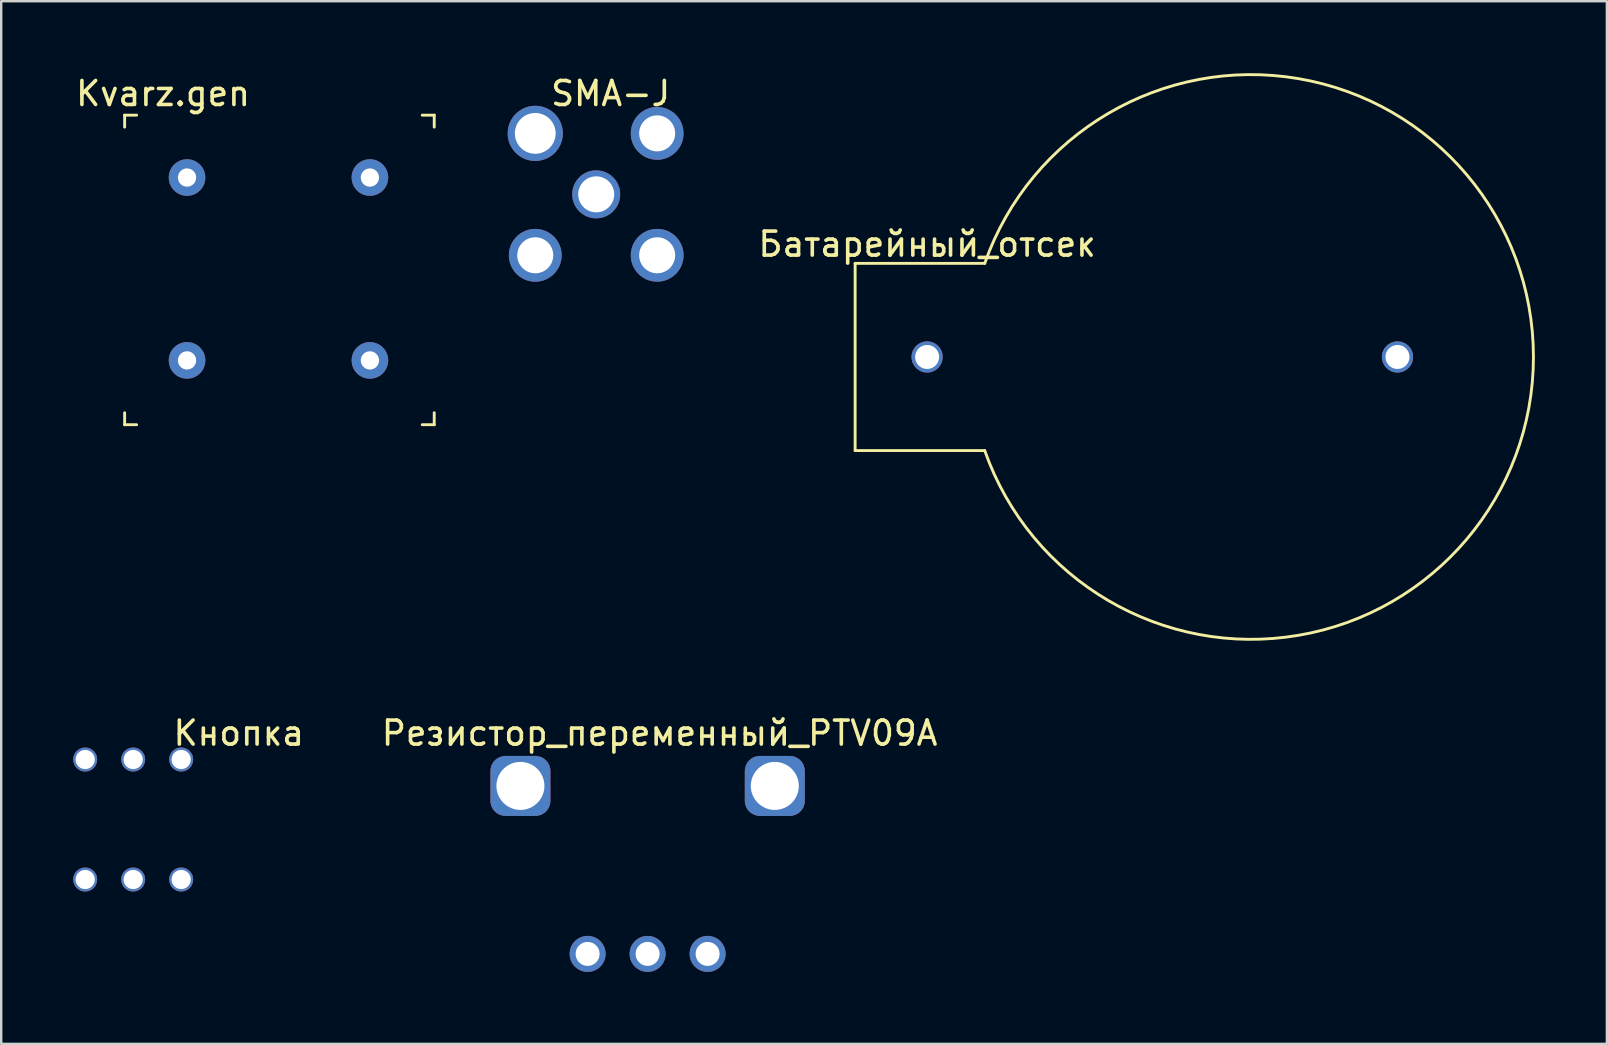
<source format=kicad_pcb>
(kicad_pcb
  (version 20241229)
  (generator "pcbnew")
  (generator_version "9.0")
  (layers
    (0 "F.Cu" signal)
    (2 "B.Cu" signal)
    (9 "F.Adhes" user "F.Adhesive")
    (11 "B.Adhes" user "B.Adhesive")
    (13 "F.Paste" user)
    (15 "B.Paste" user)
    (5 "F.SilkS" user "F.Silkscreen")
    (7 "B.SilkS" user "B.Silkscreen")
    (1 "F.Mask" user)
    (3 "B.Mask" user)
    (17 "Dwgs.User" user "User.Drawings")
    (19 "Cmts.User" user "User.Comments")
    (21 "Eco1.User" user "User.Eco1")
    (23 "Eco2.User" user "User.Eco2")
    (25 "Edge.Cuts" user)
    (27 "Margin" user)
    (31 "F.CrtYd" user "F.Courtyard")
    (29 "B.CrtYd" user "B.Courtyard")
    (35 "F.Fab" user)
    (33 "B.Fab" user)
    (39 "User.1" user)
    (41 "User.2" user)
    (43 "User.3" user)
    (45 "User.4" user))
  (footprint "Батарейный_отсек"
    (layer "F.Cu")
    (at 35.583 11.825)
    (property "Reference" "Батарейный_отсек" (at 0 -4.7 0) (layer "F.SilkS") (effects (font (size 1 1) (thickness 0.15))))
    (attr through_hole)
    (fp_line (start -3 -3.9) (end -3 3.9) (stroke (width 0.12) (type solid)) (layer "F.SilkS"))
    (fp_line (start 2.4 -3.9) (end -3 -3.9) (stroke (width 0.12) (type solid)) (layer "F.SilkS"))
    (fp_line (start 2.4 3.9) (end -3 3.9) (stroke (width 0.12) (type solid)) (layer "F.SilkS"))
    (fp_arc (start 2.400001 -3.9) (mid 25.265202 0) (end 2.400001 3.899999) (stroke (width 0.12) (type solid)) (layer "F.SilkS"))
    (pad "1" thru_hole circle (at 0 0) (size 1.3 1.3) (drill 1) (layers "*.Cu" "*.Mask"))
    (pad "2" thru_hole circle (at 19.6 0) (size 1.3 1.3) (drill 1) (layers "*.Cu" "*.Mask")))
  (footprint "Резистор_переменный_PTV09A"
    (layer "F.Cu")
    (at 21.436 36.699)
    (property "Reference" "Резистор_переменный_PTV09A" (at 3 -9.2 0) (layer "F.SilkS") (effects (font (size 1 1) (thickness 0.15))))
    (attr through_hole)
    (pad "" thru_hole roundrect (at -2.8 -7) (size 2.5 2.5) (drill 2) (layers "*.Cu" "*.Mask") (roundrect_rratio 0.25))
    (pad "" thru_hole roundrect (at 7.8 -7) (size 2.5 2.5) (drill 2) (layers "*.Cu" "*.Mask") (roundrect_rratio 0.25))
    (pad "1" thru_hole circle (at 0 0) (size 1.5 1.5) (drill 1) (layers "*.Cu" "*.Mask"))
    (pad "2" thru_hole circle (at 2.5 0) (size 1.5 1.5) (drill 1) (layers "*.Cu" "*.Mask"))
    (pad "3" thru_hole circle (at 5 0) (size 1.5 1.5) (drill 1) (layers "*.Cu" "*.Mask")))
  (footprint "SMA-J"
    (layer "F.Cu")
    (at 21.794 5.048)
    (property "Reference" "SMA-J" (at 0.6 -4.2 0) (layer "F.SilkS") (effects (font (size 1 1) (thickness 0.15))))
    (attr through_hole)
    (pad "1" thru_hole circle (at 0 0) (size 2 2) (drill 1.5) (layers "*.Cu" "*.Mask"))
    (pad "2" thru_hole circle (at -2.54 -2.54) (size 2.3 2.3) (drill 1.7) (layers "*.Cu" "*.Mask"))
    (pad "2" thru_hole circle (at -2.54 2.54) (size 2.2 2.2) (drill 1.5) (layers "*.Cu" "*.Mask"))
    (pad "2" thru_hole circle (at 2.54 -2.54 90) (size 2.2 2.2) (drill 1.5) (layers "*.Cu" "*.Mask"))
    (pad "2" thru_hole circle (at 2.54 2.54) (size 2.2 2.2) (drill 1.5) (layers "*.Cu" "*.Mask")))
  (footprint "Kvarz.gen"
    (layer "F.Cu")
    (at 4.744 4.348)
    (property "Reference" "Kvarz.gen" (at -1 -3.5 0) (layer "F.SilkS") (effects (font (size 1 1) (thickness 0.15))))
    (attr through_hole)
    (fp_line (start -2.6 -2.6) (end -2.6 -2.1) (stroke (width 0.12) (type solid)) (layer "F.SilkS"))
    (fp_line (start -2.6 -2.6) (end -2.1 -2.6) (stroke (width 0.12) (type solid)) (layer "F.SilkS"))
    (fp_line (start -2.6 10.3) (end -2.6 9.8) (stroke (width 0.12) (type solid)) (layer "F.SilkS"))
    (fp_line (start -2.6 10.3) (end -2.1 10.3) (stroke (width 0.12) (type solid)) (layer "F.SilkS"))
    (fp_line (start 10.3 -2.6) (end 9.8 -2.6) (stroke (width 0.12) (type solid)) (layer "F.SilkS"))
    (fp_line (start 10.3 -2.6) (end 10.3 -2.1) (stroke (width 0.12) (type solid)) (layer "F.SilkS"))
    (fp_line (start 10.3 10.3) (end 9.8 10.3) (stroke (width 0.12) (type solid)) (layer "F.SilkS"))
    (fp_line (start 10.3 10.3) (end 10.3 9.8) (stroke (width 0.12) (type solid)) (layer "F.SilkS"))
    (pad "1" thru_hole circle (at 7.62 0) (size 1.524 1.524) (drill 0.762) (layers "*.Cu" "*.Mask"))
    (pad "4" thru_hole circle (at 0 0) (size 1.524 1.524) (drill 0.762) (layers "*.Cu" "*.Mask"))
    (pad "5" thru_hole circle (at 0 7.62) (size 1.524 1.524) (drill 0.762) (layers "*.Cu" "*.Mask"))
    (pad "8" thru_hole circle (at 7.62 7.62) (size 1.524 1.524) (drill 0.762) (layers "*.Cu" "*.Mask")))
  (footprint "Кнопка"
    (layer "F.Cu")
    (at 0.5 28.599)
    (property "Reference" "Кнопка" (at 6.4 -1.1 0) (layer "F.SilkS") (effects (font (size 1 1) (thickness 0.15))))
    (attr through_hole)
    (pad "1" thru_hole circle (at 0 0) (size 1 1) (drill 0.8) (layers "*.Cu" "*.Mask"))
    (pad "2" thru_hole circle (at 2 0) (size 1 1) (drill 0.8) (layers "*.Cu" "*.Mask"))
    (pad "3" thru_hole circle (at 4 0) (size 1 1) (drill 0.8) (layers "*.Cu" "*.Mask"))
    (pad "4" thru_hole circle (at 0 5) (size 1 1) (drill 0.8) (layers "*.Cu" "*.Mask"))
    (pad "5" thru_hole circle (at 2 5) (size 1 1) (drill 0.8) (layers "*.Cu" "*.Mask"))
    (pad "6" thru_hole circle (at 4 5) (size 1 1) (drill 0.8) (layers "*.Cu" "*.Mask")))
  (gr_rect
    (start -3 -3)
    (end 63.908 40.449)
    (stroke (width 0.1) (type default))
    (fill no)
    (layer "Edge.Cuts")))
</source>
